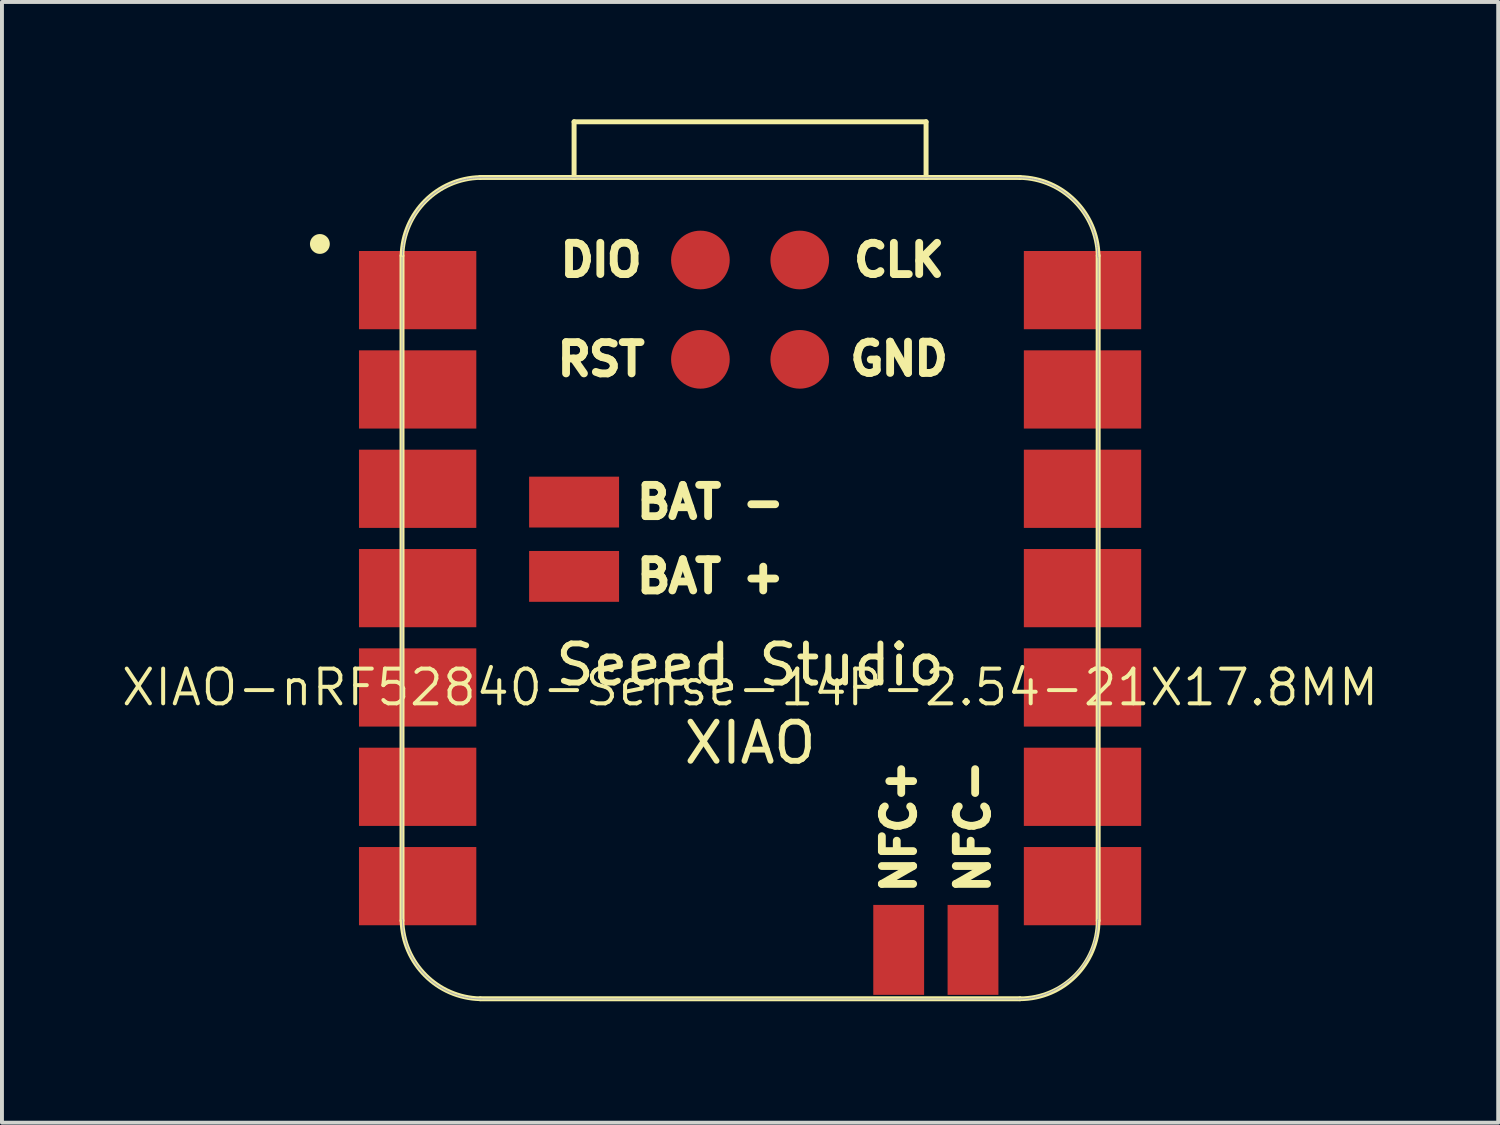
<source format=kicad_pcb>
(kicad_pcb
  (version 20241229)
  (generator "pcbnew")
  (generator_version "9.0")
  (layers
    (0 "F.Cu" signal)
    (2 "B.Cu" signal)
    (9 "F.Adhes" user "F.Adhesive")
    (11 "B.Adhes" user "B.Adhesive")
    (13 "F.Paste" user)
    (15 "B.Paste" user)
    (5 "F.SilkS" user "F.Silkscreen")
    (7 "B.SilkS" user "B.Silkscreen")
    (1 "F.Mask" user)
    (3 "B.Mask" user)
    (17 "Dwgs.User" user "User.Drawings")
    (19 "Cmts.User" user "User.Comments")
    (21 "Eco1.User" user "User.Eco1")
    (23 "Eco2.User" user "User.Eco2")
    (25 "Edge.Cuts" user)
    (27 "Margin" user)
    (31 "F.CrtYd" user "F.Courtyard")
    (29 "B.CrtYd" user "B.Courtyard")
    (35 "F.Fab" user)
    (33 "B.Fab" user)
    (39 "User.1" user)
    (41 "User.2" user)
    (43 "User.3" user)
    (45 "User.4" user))
  (footprint "XIAO-nRF52840-Sense-14P-2.54-21X17.8MM"
    (layer "F.Cu")
    (at 16.129 11.988)
    (property "Reference" "XIAO-nRF52840-Sense-14P-2.54-21X17.8MM" (at 0 2.54 0) (layer "F.SilkS") (effects (font (size 0.889 0.889) (thickness 0.102))))
    (attr smd)
    (fp_line (start -8.9 -8.5) (end -8.9 8.5) (stroke (width 0.127) (type solid)) (layer "F.SilkS"))
    (fp_line (start -6.9 10.5) (end 6.9 10.5) (stroke (width 0.127) (type solid)) (layer "F.SilkS"))
    (fp_line (start -4.5 -11.924) (end 4.5 -11.924) (stroke (width 0.127) (type solid)) (layer "F.SilkS"))
    (fp_line (start -4.5 -10.499) (end -4.5 -11.924) (stroke (width 0.127) (type default)) (layer "F.SilkS"))
    (fp_line (start 4.5 -10.499) (end 4.5 -11.924) (stroke (width 0.127) (type default)) (layer "F.SilkS"))
    (fp_line (start 6.9 -10.5) (end -6.9 -10.5) (stroke (width 0.127) (type solid)) (layer "F.SilkS"))
    (fp_line (start 8.9 8.5) (end 8.9 -8.5) (stroke (width 0.127) (type solid)) (layer "F.SilkS"))
    (fp_arc (start -8.9 -8.5) (mid -8.301491 -9.901491) (end -6.9 -10.5) (stroke (width 0.12) (type solid)) (layer "F.SilkS"))
    (fp_arc (start -6.9 10.5) (mid -8.301423 9.901423) (end -8.9 8.5) (stroke (width 0.12) (type solid)) (layer "F.SilkS"))
    (fp_arc (start 6.9 -10.5) (mid 8.301491 -9.901491) (end 8.9 -8.5) (stroke (width 0.12) (type solid)) (layer "F.SilkS"))
    (fp_arc (start 8.9 8.5) (mid 8.314214 9.914214) (end 6.9 10.5) (stroke (width 0.12) (type solid)) (layer "F.SilkS"))
    (fp_circle (center -11 -8.8) (end -11 -9.054) (stroke (width 0) (type solid)) (fill yes) (layer "F.SilkS"))
    (fp_poly (pts (xy -8.888 -8.562) (xy -8.885 -8.61) (xy -8.881 -8.659)) (stroke (width 0.025) (type solid)) (fill no) (layer "F.SilkS"))
    (fp_poly (pts (xy 8.889 8.522) (xy 8.888 8.571) (xy 8.885 8.62) (xy 8.881 8.669) (xy 8.875 8.717) (xy 8.869 8.766) (xy 8.861 8.815) (xy 8.852 8.863) (xy 8.842 8.911)) (stroke (width 0.025) (type solid)) (fill no) (layer "F.SilkS"))
    (fp_line (start -8.9 -8.463) (end -8.9 8.473) (stroke (width 0.025) (type solid)) (layer "F.Fab"))
    (fp_line (start -8.89 8.473) (end -8.889 8.522) (stroke (width 0.025) (type solid)) (layer "F.Fab"))
    (fp_line (start -8.889 8.522) (end -8.888 8.571) (stroke (width 0.025) (type solid)) (layer "F.Fab"))
    (fp_line (start -8.888 -8.562) (end -8.889 -8.512) (stroke (width 0.025) (type solid)) (layer "F.Fab"))
    (fp_line (start -8.888 8.571) (end -8.885 8.62) (stroke (width 0.025) (type solid)) (layer "F.Fab"))
    (fp_line (start -8.885 -8.61) (end -8.888 -8.562) (stroke (width 0.025) (type solid)) (layer "F.Fab"))
    (fp_line (start -8.885 8.62) (end -8.881 8.669) (stroke (width 0.025) (type solid)) (layer "F.Fab"))
    (fp_line (start -8.881 -8.659) (end -8.885 -8.61) (stroke (width 0.025) (type solid)) (layer "F.Fab"))
    (fp_line (start -8.881 8.669) (end -8.875 8.717) (stroke (width 0.025) (type solid)) (layer "F.Fab"))
    (fp_line (start -8.875 -8.708) (end -8.881 -8.659) (stroke (width 0.025) (type solid)) (layer "F.Fab"))
    (fp_line (start -8.875 8.717) (end -8.869 8.766) (stroke (width 0.025) (type solid)) (layer "F.Fab"))
    (fp_line (start -8.869 -8.757) (end -8.875 -8.708) (stroke (width 0.025) (type solid)) (layer "F.Fab"))
    (fp_line (start -8.869 8.766) (end -8.861 8.815) (stroke (width 0.025) (type solid)) (layer "F.Fab"))
    (fp_line (start -8.861 -8.806) (end -8.869 -8.757) (stroke (width 0.025) (type solid)) (layer "F.Fab"))
    (fp_line (start -8.861 8.815) (end -8.852 8.863) (stroke (width 0.025) (type solid)) (layer "F.Fab"))
    (fp_line (start -8.852 -8.854) (end -8.861 -8.806) (stroke (width 0.025) (type solid)) (layer "F.Fab"))
    (fp_line (start -8.852 8.863) (end -8.842 8.911) (stroke (width 0.025) (type solid)) (layer "F.Fab"))
    (fp_line (start -8.842 -8.902) (end -8.852 -8.854) (stroke (width 0.025) (type solid)) (layer "F.Fab"))
    (fp_line (start -8.842 8.911) (end -8.831 8.959) (stroke (width 0.025) (type solid)) (layer "F.Fab"))
    (fp_line (start -8.831 -8.95) (end -8.842 -8.902) (stroke (width 0.025) (type solid)) (layer "F.Fab"))
    (fp_line (start -8.831 8.959) (end -8.819 9.006) (stroke (width 0.025) (type solid)) (layer "F.Fab"))
    (fp_line (start -8.819 -8.997) (end -8.831 -8.95) (stroke (width 0.025) (type solid)) (layer "F.Fab"))
    (fp_line (start -8.819 9.006) (end -8.805 9.054) (stroke (width 0.025) (type solid)) (layer "F.Fab"))
    (fp_line (start -8.805 -9.045) (end -8.819 -8.997) (stroke (width 0.025) (type solid)) (layer "F.Fab"))
    (fp_line (start -8.805 9.054) (end -8.79 9.1) (stroke (width 0.025) (type solid)) (layer "F.Fab"))
    (fp_line (start -8.79 -9.091) (end -8.805 -9.045) (stroke (width 0.025) (type solid)) (layer "F.Fab"))
    (fp_line (start -8.79 9.1) (end -8.775 9.147) (stroke (width 0.025) (type solid)) (layer "F.Fab"))
    (fp_line (start -8.775 -9.138) (end -8.79 -9.091) (stroke (width 0.025) (type solid)) (layer "F.Fab"))
    (fp_line (start -8.775 9.147) (end -8.758 9.193) (stroke (width 0.025) (type solid)) (layer "F.Fab"))
    (fp_line (start -8.758 -9.184) (end -8.775 -9.138) (stroke (width 0.025) (type solid)) (layer "F.Fab"))
    (fp_line (start -8.758 9.193) (end -8.74 9.239) (stroke (width 0.025) (type solid)) (layer "F.Fab"))
    (fp_line (start -8.74 -9.23) (end -8.758 -9.184) (stroke (width 0.025) (type solid)) (layer "F.Fab"))
    (fp_line (start -8.74 9.239) (end -8.721 9.284) (stroke (width 0.025) (type solid)) (layer "F.Fab"))
    (fp_line (start -8.721 -9.275) (end -8.74 -9.23) (stroke (width 0.025) (type solid)) (layer "F.Fab"))
    (fp_line (start -8.721 9.284) (end -8.701 9.329) (stroke (width 0.025) (type solid)) (layer "F.Fab"))
    (fp_line (start -8.701 -9.32) (end -8.721 -9.275) (stroke (width 0.025) (type solid)) (layer "F.Fab"))
    (fp_line (start -8.701 9.329) (end -8.679 9.373) (stroke (width 0.025) (type solid)) (layer "F.Fab"))
    (fp_line (start -8.679 -9.364) (end -8.701 -9.32) (stroke (width 0.025) (type solid)) (layer "F.Fab"))
    (fp_line (start -8.679 9.373) (end -8.657 9.417) (stroke (width 0.025) (type solid)) (layer "F.Fab"))
    (fp_line (start -8.657 -9.408) (end -8.679 -9.364) (stroke (width 0.025) (type solid)) (layer "F.Fab"))
    (fp_line (start -8.657 9.417) (end -8.634 9.46) (stroke (width 0.025) (type solid)) (layer "F.Fab"))
    (fp_line (start -8.634 -9.451) (end -8.657 -9.408) (stroke (width 0.025) (type solid)) (layer "F.Fab"))
    (fp_line (start -8.634 9.46) (end -8.61 9.503) (stroke (width 0.025) (type solid)) (layer "F.Fab"))
    (fp_line (start -8.61 -9.494) (end -8.634 -9.451) (stroke (width 0.025) (type solid)) (layer "F.Fab"))
    (fp_line (start -8.61 9.503) (end -8.584 9.545) (stroke (width 0.025) (type solid)) (layer "F.Fab"))
    (fp_line (start -8.584 -9.536) (end -8.61 -9.494) (stroke (width 0.025) (type solid)) (layer "F.Fab"))
    (fp_line (start -8.584 9.545) (end -8.558 9.586) (stroke (width 0.025) (type solid)) (layer "F.Fab"))
    (fp_line (start -8.558 -9.577) (end -8.584 -9.536) (stroke (width 0.025) (type solid)) (layer "F.Fab"))
    (fp_line (start -8.558 9.586) (end -8.53 9.627) (stroke (width 0.025) (type solid)) (layer "F.Fab"))
    (fp_line (start -8.53 -9.618) (end -8.558 -9.577) (stroke (width 0.025) (type solid)) (layer "F.Fab"))
    (fp_line (start -8.53 9.627) (end -8.502 9.667) (stroke (width 0.025) (type solid)) (layer "F.Fab"))
    (fp_line (start -8.502 -9.658) (end -8.53 -9.618) (stroke (width 0.025) (type solid)) (layer "F.Fab"))
    (fp_line (start -8.502 9.667) (end -8.473 9.706) (stroke (width 0.025) (type solid)) (layer "F.Fab"))
    (fp_line (start -8.473 -9.697) (end -8.502 -9.658) (stroke (width 0.025) (type solid)) (layer "F.Fab"))
    (fp_line (start -8.473 9.706) (end -8.442 9.745) (stroke (width 0.025) (type solid)) (layer "F.Fab"))
    (fp_line (start -8.442 -9.736) (end -8.473 -9.697) (stroke (width 0.025) (type solid)) (layer "F.Fab"))
    (fp_line (start -8.442 9.745) (end -8.411 9.783) (stroke (width 0.025) (type solid)) (layer "F.Fab"))
    (fp_line (start -8.411 -9.774) (end -8.442 -9.736) (stroke (width 0.025) (type solid)) (layer "F.Fab"))
    (fp_line (start -8.411 9.783) (end -8.379 9.82) (stroke (width 0.025) (type solid)) (layer "F.Fab"))
    (fp_line (start -8.379 -9.811) (end -8.411 -9.774) (stroke (width 0.025) (type solid)) (layer "F.Fab"))
    (fp_line (start -8.379 9.82) (end -8.346 9.856) (stroke (width 0.025) (type solid)) (layer "F.Fab"))
    (fp_line (start -8.346 -9.847) (end -8.379 -9.811) (stroke (width 0.025) (type solid)) (layer "F.Fab"))
    (fp_line (start -8.346 9.856) (end -8.312 9.892) (stroke (width 0.025) (type solid)) (layer "F.Fab"))
    (fp_line (start -8.312 -9.883) (end -8.346 -9.847) (stroke (width 0.025) (type solid)) (layer "F.Fab"))
    (fp_line (start -8.312 9.892) (end -8.277 9.927) (stroke (width 0.025) (type solid)) (layer "F.Fab"))
    (fp_line (start -8.277 -9.918) (end -8.312 -9.883) (stroke (width 0.025) (type solid)) (layer "F.Fab"))
    (fp_line (start -8.277 9.927) (end -8.242 9.96) (stroke (width 0.025) (type solid)) (layer "F.Fab"))
    (fp_line (start -8.242 -9.951) (end -8.277 -9.918) (stroke (width 0.025) (type solid)) (layer "F.Fab"))
    (fp_line (start -8.242 9.96) (end -8.205 9.994) (stroke (width 0.025) (type solid)) (layer "F.Fab"))
    (fp_line (start -8.205 -9.984) (end -8.242 -9.951) (stroke (width 0.025) (type solid)) (layer "F.Fab"))
    (fp_line (start -8.205 9.994) (end -8.168 10.026) (stroke (width 0.025) (type solid)) (layer "F.Fab"))
    (fp_line (start -8.168 -10.017) (end -8.205 -9.984) (stroke (width 0.025) (type solid)) (layer "F.Fab"))
    (fp_line (start -8.168 10.026) (end -8.13 10.057) (stroke (width 0.025) (type solid)) (layer "F.Fab"))
    (fp_line (start -8.13 -10.048) (end -8.168 -10.017) (stroke (width 0.025) (type solid)) (layer "F.Fab"))
    (fp_line (start -8.13 10.057) (end -8.092 10.087) (stroke (width 0.025) (type solid)) (layer "F.Fab"))
    (fp_line (start -8.092 -10.078) (end -8.13 -10.048) (stroke (width 0.025) (type solid)) (layer "F.Fab"))
    (fp_line (start -8.092 10.087) (end -8.052 10.116) (stroke (width 0.025) (type solid)) (layer "F.Fab"))
    (fp_line (start -8.052 -10.107) (end -8.092 -10.078) (stroke (width 0.025) (type solid)) (layer "F.Fab"))
    (fp_line (start -8.052 10.116) (end -8.012 10.145) (stroke (width 0.025) (type solid)) (layer "F.Fab"))
    (fp_line (start -8.012 -10.136) (end -8.052 -10.107) (stroke (width 0.025) (type solid)) (layer "F.Fab"))
    (fp_line (start -8.012 10.145) (end -7.972 10.172) (stroke (width 0.025) (type solid)) (layer "F.Fab"))
    (fp_line (start -7.972 -10.163) (end -8.012 -10.136) (stroke (width 0.025) (type solid)) (layer "F.Fab"))
    (fp_line (start -7.972 10.172) (end -7.93 10.199) (stroke (width 0.025) (type solid)) (layer "F.Fab"))
    (fp_line (start -7.93 -10.19) (end -7.972 -10.163) (stroke (width 0.025) (type solid)) (layer "F.Fab"))
    (fp_line (start -7.93 10.199) (end -7.888 10.224) (stroke (width 0.025) (type solid)) (layer "F.Fab"))
    (fp_line (start -7.888 -10.215) (end -7.93 -10.19) (stroke (width 0.025) (type solid)) (layer "F.Fab"))
    (fp_line (start -7.888 10.224) (end -7.846 10.249) (stroke (width 0.025) (type solid)) (layer "F.Fab"))
    (fp_line (start -7.846 -10.239) (end -7.888 -10.215) (stroke (width 0.025) (type solid)) (layer "F.Fab"))
    (fp_line (start -7.846 10.249) (end -7.802 10.272) (stroke (width 0.025) (type solid)) (layer "F.Fab"))
    (fp_line (start -7.802 -10.263) (end -7.846 -10.239) (stroke (width 0.025) (type solid)) (layer "F.Fab"))
    (fp_line (start -7.802 10.272) (end -7.759 10.294) (stroke (width 0.025) (type solid)) (layer "F.Fab"))
    (fp_line (start -7.759 -10.285) (end -7.802 -10.263) (stroke (width 0.025) (type solid)) (layer "F.Fab"))
    (fp_line (start -7.759 10.294) (end -7.714 10.315) (stroke (width 0.025) (type solid)) (layer "F.Fab"))
    (fp_line (start -7.714 -10.306) (end -7.759 -10.285) (stroke (width 0.025) (type solid)) (layer "F.Fab"))
    (fp_line (start -7.714 10.315) (end -7.67 10.335) (stroke (width 0.025) (type solid)) (layer "F.Fab"))
    (fp_line (start -7.67 -10.326) (end -7.714 -10.306) (stroke (width 0.025) (type solid)) (layer "F.Fab"))
    (fp_line (start -7.67 10.335) (end -7.624 10.354) (stroke (width 0.025) (type solid)) (layer "F.Fab"))
    (fp_line (start -7.624 -10.345) (end -7.67 -10.326) (stroke (width 0.025) (type solid)) (layer "F.Fab"))
    (fp_line (start -7.624 10.354) (end -7.579 10.372) (stroke (width 0.025) (type solid)) (layer "F.Fab"))
    (fp_line (start -7.579 -10.363) (end -7.624 -10.345) (stroke (width 0.025) (type solid)) (layer "F.Fab"))
    (fp_line (start -7.579 10.372) (end -7.532 10.389) (stroke (width 0.025) (type solid)) (layer "F.Fab"))
    (fp_line (start -7.532 -10.38) (end -7.579 -10.363) (stroke (width 0.025) (type solid)) (layer "F.Fab"))
    (fp_line (start -7.532 10.389) (end -7.486 10.405) (stroke (width 0.025) (type solid)) (layer "F.Fab"))
    (fp_line (start -7.486 -10.396) (end -7.532 -10.38) (stroke (width 0.025) (type solid)) (layer "F.Fab"))
    (fp_line (start -7.486 10.405) (end -7.439 10.42) (stroke (width 0.025) (type solid)) (layer "F.Fab"))
    (fp_line (start -7.439 -10.411) (end -7.486 -10.396) (stroke (width 0.025) (type solid)) (layer "F.Fab"))
    (fp_line (start -7.439 10.42) (end -7.392 10.433) (stroke (width 0.025) (type solid)) (layer "F.Fab"))
    (fp_line (start -7.392 -10.424) (end -7.439 -10.411) (stroke (width 0.025) (type solid)) (layer "F.Fab"))
    (fp_line (start -7.392 10.433) (end -7.344 10.446) (stroke (width 0.025) (type solid)) (layer "F.Fab"))
    (fp_line (start -7.344 -10.436) (end -7.392 -10.424) (stroke (width 0.025) (type solid)) (layer "F.Fab"))
    (fp_line (start -7.344 10.446) (end -7.296 10.457) (stroke (width 0.025) (type solid)) (layer "F.Fab"))
    (fp_line (start -7.296 -10.448) (end -7.344 -10.436) (stroke (width 0.025) (type solid)) (layer "F.Fab"))
    (fp_line (start -7.296 10.457) (end -7.248 10.467) (stroke (width 0.025) (type solid)) (layer "F.Fab"))
    (fp_line (start -7.248 -10.458) (end -7.296 -10.448) (stroke (width 0.025) (type solid)) (layer "F.Fab"))
    (fp_line (start -7.248 10.467) (end -7.2 10.476) (stroke (width 0.025) (type solid)) (layer "F.Fab"))
    (fp_line (start -7.2 -10.466) (end -7.248 -10.458) (stroke (width 0.025) (type solid)) (layer "F.Fab"))
    (fp_line (start -7.2 10.476) (end -7.152 10.483) (stroke (width 0.025) (type solid)) (layer "F.Fab"))
    (fp_line (start -7.152 -10.474) (end -7.2 -10.466) (stroke (width 0.025) (type solid)) (layer "F.Fab"))
    (fp_line (start -7.152 10.483) (end -7.103 10.49) (stroke (width 0.025) (type solid)) (layer "F.Fab"))
    (fp_line (start -7.103 -10.481) (end -7.152 -10.474) (stroke (width 0.025) (type solid)) (layer "F.Fab"))
    (fp_line (start -7.103 10.49) (end -7.054 10.495) (stroke (width 0.025) (type solid)) (layer "F.Fab"))
    (fp_line (start -7.054 -10.486) (end -7.103 -10.481) (stroke (width 0.025) (type solid)) (layer "F.Fab"))
    (fp_line (start -7.054 10.495) (end -7.005 10.499) (stroke (width 0.025) (type solid)) (layer "F.Fab"))
    (fp_line (start -7.005 -10.49) (end -7.054 -10.486) (stroke (width 0.025) (type solid)) (layer "F.Fab"))
    (fp_line (start -7.005 10.499) (end -6.956 10.502) (stroke (width 0.025) (type solid)) (layer "F.Fab"))
    (fp_line (start -6.956 -10.493) (end -7.005 -10.49) (stroke (width 0.025) (type solid)) (layer "F.Fab"))
    (fp_line (start -6.956 10.502) (end -6.907 10.504) (stroke (width 0.025) (type solid)) (layer "F.Fab"))
    (fp_line (start -6.907 -10.495) (end -6.956 -10.493) (stroke (width 0.025) (type solid)) (layer "F.Fab"))
    (fp_line (start -6.907 10.504) (end -6.858 10.505) (stroke (width 0.025) (type solid)) (layer "F.Fab"))
    (fp_line (start -6.858 -10.495) (end -6.907 -10.495) (stroke (width 0.025) (type solid)) (layer "F.Fab"))
    (fp_line (start -6.858 10.505) (end 6.858 10.505) (stroke (width 0.025) (type solid)) (layer "F.Fab"))
    (fp_line (start 6.858 -10.495) (end -6.858 -10.495) (stroke (width 0.025) (type solid)) (layer "F.Fab"))
    (fp_line (start 6.858 10.505) (end 6.907 10.504) (stroke (width 0.025) (type solid)) (layer "F.Fab"))
    (fp_line (start 6.907 -10.495) (end 6.858 -10.495) (stroke (width 0.025) (type solid)) (layer "F.Fab"))
    (fp_line (start 6.907 10.504) (end 6.956 10.502) (stroke (width 0.025) (type solid)) (layer "F.Fab"))
    (fp_line (start 6.956 -10.493) (end 6.907 -10.495) (stroke (width 0.025) (type solid)) (layer "F.Fab"))
    (fp_line (start 6.956 10.502) (end 7.005 10.499) (stroke (width 0.025) (type solid)) (layer "F.Fab"))
    (fp_line (start 7.005 -10.49) (end 6.956 -10.493) (stroke (width 0.025) (type solid)) (layer "F.Fab"))
    (fp_line (start 7.005 10.499) (end 7.054 10.495) (stroke (width 0.025) (type solid)) (layer "F.Fab"))
    (fp_line (start 7.054 -10.486) (end 7.005 -10.49) (stroke (width 0.025) (type solid)) (layer "F.Fab"))
    (fp_line (start 7.054 10.495) (end 7.103 10.49) (stroke (width 0.025) (type solid)) (layer "F.Fab"))
    (fp_line (start 7.103 -10.481) (end 7.054 -10.486) (stroke (width 0.025) (type solid)) (layer "F.Fab"))
    (fp_line (start 7.103 10.49) (end 7.152 10.483) (stroke (width 0.025) (type solid)) (layer "F.Fab"))
    (fp_line (start 7.152 -10.474) (end 7.103 -10.481) (stroke (width 0.025) (type solid)) (layer "F.Fab"))
    (fp_line (start 7.152 10.483) (end 7.2 10.476) (stroke (width 0.025) (type solid)) (layer "F.Fab"))
    (fp_line (start 7.2 -10.466) (end 7.152 -10.474) (stroke (width 0.025) (type solid)) (layer "F.Fab"))
    (fp_line (start 7.2 10.476) (end 7.248 10.467) (stroke (width 0.025) (type solid)) (layer "F.Fab"))
    (fp_line (start 7.248 -10.458) (end 7.2 -10.466) (stroke (width 0.025) (type solid)) (layer "F.Fab"))
    (fp_line (start 7.248 10.467) (end 7.296 10.457) (stroke (width 0.025) (type solid)) (layer "F.Fab"))
    (fp_line (start 7.296 -10.448) (end 7.248 -10.458) (stroke (width 0.025) (type solid)) (layer "F.Fab"))
    (fp_line (start 7.296 10.457) (end 7.344 10.446) (stroke (width 0.025) (type solid)) (layer "F.Fab"))
    (fp_line (start 7.344 -10.436) (end 7.296 -10.448) (stroke (width 0.025) (type solid)) (layer "F.Fab"))
    (fp_line (start 7.344 10.446) (end 7.392 10.433) (stroke (width 0.025) (type solid)) (layer "F.Fab"))
    (fp_line (start 7.392 -10.424) (end 7.344 -10.436) (stroke (width 0.025) (type solid)) (layer "F.Fab"))
    (fp_line (start 7.392 10.433) (end 7.439 10.42) (stroke (width 0.025) (type solid)) (layer "F.Fab"))
    (fp_line (start 7.439 -10.411) (end 7.392 -10.424) (stroke (width 0.025) (type solid)) (layer "F.Fab"))
    (fp_line (start 7.439 10.42) (end 7.486 10.405) (stroke (width 0.025) (type solid)) (layer "F.Fab"))
    (fp_line (start 7.486 -10.396) (end 7.439 -10.411) (stroke (width 0.025) (type solid)) (layer "F.Fab"))
    (fp_line (start 7.486 10.405) (end 7.532 10.389) (stroke (width 0.025) (type solid)) (layer "F.Fab"))
    (fp_line (start 7.532 -10.38) (end 7.486 -10.396) (stroke (width 0.025) (type solid)) (layer "F.Fab"))
    (fp_line (start 7.532 10.389) (end 7.579 10.372) (stroke (width 0.025) (type solid)) (layer "F.Fab"))
    (fp_line (start 7.579 -10.363) (end 7.532 -10.38) (stroke (width 0.025) (type solid)) (layer "F.Fab"))
    (fp_line (start 7.579 10.372) (end 7.624 10.354) (stroke (width 0.025) (type solid)) (layer "F.Fab"))
    (fp_line (start 7.624 -10.345) (end 7.579 -10.363) (stroke (width 0.025) (type solid)) (layer "F.Fab"))
    (fp_line (start 7.624 10.354) (end 7.67 10.335) (stroke (width 0.025) (type solid)) (layer "F.Fab"))
    (fp_line (start 7.67 -10.326) (end 7.624 -10.345) (stroke (width 0.025) (type solid)) (layer "F.Fab"))
    (fp_line (start 7.67 10.335) (end 7.714 10.315) (stroke (width 0.025) (type solid)) (layer "F.Fab"))
    (fp_line (start 7.714 -10.306) (end 7.67 -10.326) (stroke (width 0.025) (type solid)) (layer "F.Fab"))
    (fp_line (start 7.714 10.315) (end 7.759 10.294) (stroke (width 0.025) (type solid)) (layer "F.Fab"))
    (fp_line (start 7.759 -10.285) (end 7.714 -10.306) (stroke (width 0.025) (type solid)) (layer "F.Fab"))
    (fp_line (start 7.759 10.294) (end 7.802 10.272) (stroke (width 0.025) (type solid)) (layer "F.Fab"))
    (fp_line (start 7.802 -10.263) (end 7.759 -10.285) (stroke (width 0.025) (type solid)) (layer "F.Fab"))
    (fp_line (start 7.802 10.272) (end 7.846 10.249) (stroke (width 0.025) (type solid)) (layer "F.Fab"))
    (fp_line (start 7.846 -10.239) (end 7.802 -10.263) (stroke (width 0.025) (type solid)) (layer "F.Fab"))
    (fp_line (start 7.846 10.249) (end 7.888 10.224) (stroke (width 0.025) (type solid)) (layer "F.Fab"))
    (fp_line (start 7.888 -10.215) (end 7.846 -10.239) (stroke (width 0.025) (type solid)) (layer "F.Fab"))
    (fp_line (start 7.888 10.224) (end 7.93 10.199) (stroke (width 0.025) (type solid)) (layer "F.Fab"))
    (fp_line (start 7.93 -10.19) (end 7.888 -10.215) (stroke (width 0.025) (type solid)) (layer "F.Fab"))
    (fp_line (start 7.93 10.199) (end 7.972 10.172) (stroke (width 0.025) (type solid)) (layer "F.Fab"))
    (fp_line (start 7.972 -10.163) (end 7.93 -10.19) (stroke (width 0.025) (type solid)) (layer "F.Fab"))
    (fp_line (start 7.972 10.172) (end 8.012 10.145) (stroke (width 0.025) (type solid)) (layer "F.Fab"))
    (fp_line (start 8.012 -10.136) (end 7.972 -10.163) (stroke (width 0.025) (type solid)) (layer "F.Fab"))
    (fp_line (start 8.012 10.145) (end 8.052 10.116) (stroke (width 0.025) (type solid)) (layer "F.Fab"))
    (fp_line (start 8.052 -10.107) (end 8.012 -10.136) (stroke (width 0.025) (type solid)) (layer "F.Fab"))
    (fp_line (start 8.052 10.116) (end 8.092 10.087) (stroke (width 0.025) (type solid)) (layer "F.Fab"))
    (fp_line (start 8.092 -10.078) (end 8.052 -10.107) (stroke (width 0.025) (type solid)) (layer "F.Fab"))
    (fp_line (start 8.092 10.087) (end 8.13 10.057) (stroke (width 0.025) (type solid)) (layer "F.Fab"))
    (fp_line (start 8.13 -10.048) (end 8.092 -10.078) (stroke (width 0.025) (type solid)) (layer "F.Fab"))
    (fp_line (start 8.13 10.057) (end 8.168 10.026) (stroke (width 0.025) (type solid)) (layer "F.Fab"))
    (fp_line (start 8.168 -10.017) (end 8.13 -10.048) (stroke (width 0.025) (type solid)) (layer "F.Fab"))
    (fp_line (start 8.168 10.026) (end 8.205 9.994) (stroke (width 0.025) (type solid)) (layer "F.Fab"))
    (fp_line (start 8.205 -9.984) (end 8.168 -10.017) (stroke (width 0.025) (type solid)) (layer "F.Fab"))
    (fp_line (start 8.205 9.994) (end 8.242 9.96) (stroke (width 0.025) (type solid)) (layer "F.Fab"))
    (fp_line (start 8.242 -9.951) (end 8.205 -9.984) (stroke (width 0.025) (type solid)) (layer "F.Fab"))
    (fp_line (start 8.242 9.96) (end 8.277 9.927) (stroke (width 0.025) (type solid)) (layer "F.Fab"))
    (fp_line (start 8.277 -9.918) (end 8.242 -9.951) (stroke (width 0.025) (type solid)) (layer "F.Fab"))
    (fp_line (start 8.277 9.927) (end 8.312 9.892) (stroke (width 0.025) (type solid)) (layer "F.Fab"))
    (fp_line (start 8.312 -9.883) (end 8.277 -9.918) (stroke (width 0.025) (type solid)) (layer "F.Fab"))
    (fp_line (start 8.312 9.892) (end 8.346 9.856) (stroke (width 0.025) (type solid)) (layer "F.Fab"))
    (fp_line (start 8.346 -9.847) (end 8.312 -9.883) (stroke (width 0.025) (type solid)) (layer "F.Fab"))
    (fp_line (start 8.346 9.856) (end 8.379 9.82) (stroke (width 0.025) (type solid)) (layer "F.Fab"))
    (fp_line (start 8.379 -9.811) (end 8.346 -9.847) (stroke (width 0.025) (type solid)) (layer "F.Fab"))
    (fp_line (start 8.379 9.82) (end 8.411 9.783) (stroke (width 0.025) (type solid)) (layer "F.Fab"))
    (fp_line (start 8.411 -9.774) (end 8.379 -9.811) (stroke (width 0.025) (type solid)) (layer "F.Fab"))
    (fp_line (start 8.411 9.783) (end 8.442 9.745) (stroke (width 0.025) (type solid)) (layer "F.Fab"))
    (fp_line (start 8.442 -9.736) (end 8.411 -9.774) (stroke (width 0.025) (type solid)) (layer "F.Fab"))
    (fp_line (start 8.442 9.745) (end 8.473 9.706) (stroke (width 0.025) (type solid)) (layer "F.Fab"))
    (fp_line (start 8.473 -9.697) (end 8.442 -9.736) (stroke (width 0.025) (type solid)) (layer "F.Fab"))
    (fp_line (start 8.473 9.706) (end 8.502 9.667) (stroke (width 0.025) (type solid)) (layer "F.Fab"))
    (fp_line (start 8.502 -9.658) (end 8.473 -9.697) (stroke (width 0.025) (type solid)) (layer "F.Fab"))
    (fp_line (start 8.502 9.667) (end 8.53 9.627) (stroke (width 0.025) (type solid)) (layer "F.Fab"))
    (fp_line (start 8.53 -9.618) (end 8.502 -9.658) (stroke (width 0.025) (type solid)) (layer "F.Fab"))
    (fp_line (start 8.53 9.627) (end 8.558 9.586) (stroke (width 0.025) (type solid)) (layer "F.Fab"))
    (fp_line (start 8.558 -9.577) (end 8.53 -9.618) (stroke (width 0.025) (type solid)) (layer "F.Fab"))
    (fp_line (start 8.558 9.586) (end 8.584 9.545) (stroke (width 0.025) (type solid)) (layer "F.Fab"))
    (fp_line (start 8.584 -9.536) (end 8.558 -9.577) (stroke (width 0.025) (type solid)) (layer "F.Fab"))
    (fp_line (start 8.584 9.545) (end 8.61 9.503) (stroke (width 0.025) (type solid)) (layer "F.Fab"))
    (fp_line (start 8.61 -9.494) (end 8.584 -9.536) (stroke (width 0.025) (type solid)) (layer "F.Fab"))
    (fp_line (start 8.61 9.503) (end 8.634 9.46) (stroke (width 0.025) (type solid)) (layer "F.Fab"))
    (fp_line (start 8.634 -9.451) (end 8.61 -9.494) (stroke (width 0.025) (type solid)) (layer "F.Fab"))
    (fp_line (start 8.634 9.46) (end 8.657 9.417) (stroke (width 0.025) (type solid)) (layer "F.Fab"))
    (fp_line (start 8.657 -9.408) (end 8.634 -9.451) (stroke (width 0.025) (type solid)) (layer "F.Fab"))
    (fp_line (start 8.657 9.417) (end 8.679 9.373) (stroke (width 0.025) (type solid)) (layer "F.Fab"))
    (fp_line (start 8.679 -9.364) (end 8.657 -9.408) (stroke (width 0.025) (type solid)) (layer "F.Fab"))
    (fp_line (start 8.679 9.373) (end 8.701 9.329) (stroke (width 0.025) (type solid)) (layer "F.Fab"))
    (fp_line (start 8.701 -9.32) (end 8.679 -9.364) (stroke (width 0.025) (type solid)) (layer "F.Fab"))
    (fp_line (start 8.701 9.329) (end 8.721 9.284) (stroke (width 0.025) (type solid)) (layer "F.Fab"))
    (fp_line (start 8.721 -9.275) (end 8.701 -9.32) (stroke (width 0.025) (type solid)) (layer "F.Fab"))
    (fp_line (start 8.721 9.284) (end 8.74 9.239) (stroke (width 0.025) (type solid)) (layer "F.Fab"))
    (fp_line (start 8.74 -9.23) (end 8.721 -9.275) (stroke (width 0.025) (type solid)) (layer "F.Fab"))
    (fp_line (start 8.74 9.239) (end 8.758 9.193) (stroke (width 0.025) (type solid)) (layer "F.Fab"))
    (fp_line (start 8.758 -9.184) (end 8.74 -9.23) (stroke (width 0.025) (type solid)) (layer "F.Fab"))
    (fp_line (start 8.758 9.193) (end 8.775 9.147) (stroke (width 0.025) (type solid)) (layer "F.Fab"))
    (fp_line (start 8.775 -9.138) (end 8.758 -9.184) (stroke (width 0.025) (type solid)) (layer "F.Fab"))
    (fp_line (start 8.775 9.147) (end 8.79 9.1) (stroke (width 0.025) (type solid)) (layer "F.Fab"))
    (fp_line (start 8.79 -9.091) (end 8.775 -9.138) (stroke (width 0.025) (type solid)) (layer "F.Fab"))
    (fp_line (start 8.79 9.1) (end 8.805 9.054) (stroke (width 0.025) (type solid)) (layer "F.Fab"))
    (fp_line (start 8.805 -9.045) (end 8.79 -9.091) (stroke (width 0.025) (type solid)) (layer "F.Fab"))
    (fp_line (start 8.805 9.054) (end 8.819 9.006) (stroke (width 0.025) (type solid)) (layer "F.Fab"))
    (fp_line (start 8.819 -8.997) (end 8.805 -9.045) (stroke (width 0.025) (type solid)) (layer "F.Fab"))
    (fp_line (start 8.819 9.006) (end 8.831 8.959) (stroke (width 0.025) (type solid)) (layer "F.Fab"))
    (fp_line (start 8.831 -8.95) (end 8.819 -8.997) (stroke (width 0.025) (type solid)) (layer "F.Fab"))
    (fp_line (start 8.831 8.959) (end 8.842 8.911) (stroke (width 0.025) (type solid)) (layer "F.Fab"))
    (fp_line (start 8.842 -8.902) (end 8.831 -8.95) (stroke (width 0.025) (type solid)) (layer "F.Fab"))
    (fp_line (start 8.842 8.911) (end 8.852 8.863) (stroke (width 0.025) (type solid)) (layer "F.Fab"))
    (fp_line (start 8.852 -8.854) (end 8.842 -8.902) (stroke (width 0.025) (type solid)) (layer "F.Fab"))
    (fp_line (start 8.852 8.863) (end 8.861 8.815) (stroke (width 0.025) (type solid)) (layer "F.Fab"))
    (fp_line (start 8.861 -8.806) (end 8.852 -8.854) (stroke (width 0.025) (type solid)) (layer "F.Fab"))
    (fp_line (start 8.861 8.815) (end 8.869 8.766) (stroke (width 0.025) (type solid)) (layer "F.Fab"))
    (fp_line (start 8.869 -8.757) (end 8.861 -8.806) (stroke (width 0.025) (type solid)) (layer "F.Fab"))
    (fp_line (start 8.869 8.766) (end 8.875 8.717) (stroke (width 0.025) (type solid)) (layer "F.Fab"))
    (fp_line (start 8.875 -8.708) (end 8.869 -8.757) (stroke (width 0.025) (type solid)) (layer "F.Fab"))
    (fp_line (start 8.875 8.717) (end 8.881 8.669) (stroke (width 0.025) (type solid)) (layer "F.Fab"))
    (fp_line (start 8.881 -8.659) (end 8.875 -8.708) (stroke (width 0.025) (type solid)) (layer "F.Fab"))
    (fp_line (start 8.881 8.669) (end 8.885 8.62) (stroke (width 0.025) (type solid)) (layer "F.Fab"))
    (fp_line (start 8.885 -8.61) (end 8.881 -8.659) (stroke (width 0.025) (type solid)) (layer "F.Fab"))
    (fp_line (start 8.885 8.62) (end 8.888 8.571) (stroke (width 0.025) (type solid)) (layer "F.Fab"))
    (fp_line (start 8.888 -8.562) (end 8.885 -8.61) (stroke (width 0.025) (type solid)) (layer "F.Fab"))
    (fp_line (start 8.888 8.571) (end 8.889 8.522) (stroke (width 0.025) (type solid)) (layer "F.Fab"))
    (fp_line (start 8.889 -8.512) (end 8.888 -8.562) (stroke (width 0.025) (type solid)) (layer "F.Fab"))
    (fp_line (start 8.889 8.522) (end 8.89 8.473) (stroke (width 0.025) (type solid)) (layer "F.Fab"))
    (fp_line (start 8.89 -8.463) (end 8.889 -8.512) (stroke (width 0.025) (type solid)) (layer "F.Fab"))
    (fp_line (start 8.9 8.473) (end 8.9 -8.463) (stroke (width 0.025) (type solid)) (layer "F.Fab"))
    (fp_text user "NFC-" (at 5.7 6.096 90) (unlocked yes) (layer "F.SilkS") (effects (font (size 0.8 0.8) (thickness 0.2) (bold yes))))
    (fp_text user "RST" (at -3.81 -5.85 0) (unlocked yes) (layer "F.SilkS") (effects (font (size 0.8 0.8) (thickness 0.2) (bold yes))))
    (fp_text user "Seeed Studio" (at 0 1.96 0) (unlocked yes) (layer "F.SilkS") (effects (font (size 1 1) (thickness 0.15))))
    (fp_text user "DIO" (at -3.81 -8.39 0) (unlocked yes) (layer "F.SilkS") (effects (font (size 0.8 0.8) (thickness 0.2) (bold yes))))
    (fp_text user "BAT +" (at -1.016 -0.3 0) (unlocked yes) (layer "F.SilkS") (effects (font (size 0.8 0.8) (thickness 0.2) (bold yes))))
    (fp_text user "XIAO" (at 0 3.96 0) (unlocked yes) (layer "F.SilkS") (effects (font (size 1 1) (thickness 0.15))))
    (fp_text user "GND" (at 3.81 -5.862 0) (unlocked yes) (layer "F.SilkS") (effects (font (size 0.8 0.8) (thickness 0.2) (bold yes))))
    (fp_text user "NFC+" (at 3.81 6.096 90) (unlocked yes) (layer "F.SilkS") (effects (font (size 0.8 0.8) (thickness 0.2) (bold yes))))
    (fp_text user "CLK" (at 3.81 -8.39 0) (unlocked yes) (layer "F.SilkS") (effects (font (size 0.8 0.8) (thickness 0.2) (bold yes))))
    (fp_text user "BAT -" (at -1.016 -2.2 0) (unlocked yes) (layer "F.SilkS") (effects (font (size 0.8 0.8) (thickness 0.2) (bold yes))))
    (pad "1" smd rect (at -8.5 -7.62) (size 3 2) (layers "F.Cu" "F.Mask" "F.Paste"))
    (pad "2" smd rect (at -8.5 -5.08) (size 3 2) (layers "F.Cu" "F.Mask" "F.Paste"))
    (pad "3" smd rect (at -8.5 -2.54) (size 3 2) (layers "F.Cu" "F.Mask" "F.Paste"))
    (pad "4" smd rect (at -8.5 0) (size 3 2) (layers "F.Cu" "F.Mask" "F.Paste"))
    (pad "5" smd rect (at -8.5 2.54) (size 3 2) (layers "F.Cu" "F.Mask" "F.Paste"))
    (pad "6" smd rect (at -8.5 5.08 180) (size 3 2) (layers "F.Cu" "F.Mask" "F.Paste"))
    (pad "7" smd rect (at -8.5 7.62) (size 3 2) (layers "F.Cu" "F.Mask" "F.Paste"))
    (pad "8" smd rect (at 8.5 7.62) (size 3 2) (layers "F.Cu" "F.Mask" "F.Paste"))
    (pad "9" smd rect (at 8.5 5.08) (size 3 2) (layers "F.Cu" "F.Mask" "F.Paste"))
    (pad "10" smd rect (at 8.5 2.54) (size 3 2) (layers "F.Cu" "F.Mask" "F.Paste"))
    (pad "11" smd rect (at 8.5 0) (size 3 2) (layers "F.Cu" "F.Mask" "F.Paste"))
    (pad "12" smd rect (at 8.5 -2.54) (size 3 2) (layers "F.Cu" "F.Mask" "F.Paste"))
    (pad "13" smd rect (at 8.5 -5.08) (size 3 2) (layers "F.Cu" "F.Mask" "F.Paste"))
    (pad "14" smd rect (at 8.5 -7.62) (size 3 2) (layers "F.Cu" "F.Mask" "F.Paste"))
    (pad "15" smd rect (at -4.5 -0.3 180) (size 2.3 1.3) (layers "F.Cu" "F.Mask" "F.Paste"))
    (pad "16" smd rect (at -4.5 -2.2 180) (size 2.3 1.3) (layers "F.Cu" "F.Mask" "F.Paste"))
    (pad "17" smd circle (at -1.27 -8.39 90) (size 1.5 1.5) (layers "F.Cu" "F.Mask" "F.Paste"))
    (pad "18" smd circle (at 1.27 -8.39 90) (size 1.5 1.5) (layers "F.Cu" "F.Mask" "F.Paste"))
    (pad "19" smd circle (at -1.27 -5.85 90) (size 1.5 1.5) (layers "F.Cu" "F.Mask" "F.Paste"))
    (pad "20" smd circle (at 1.27 -5.85 90) (size 1.5 1.5) (layers "F.Cu" "F.Mask" "F.Paste"))
    (pad "21" smd rect (at 3.8 9.25 90) (size 2.3 1.3) (layers "F.Cu" "F.Mask" "F.Paste"))
    (pad "22" smd rect (at 5.7 9.25 90) (size 2.3 1.3) (layers "F.Cu" "F.Mask" "F.Paste"))
    (zone (net_name "") (layers "F.Cu" "B.Cu") (hatch edge 0.5) (connect_pads) (min_thickness 0.25) (filled_areas_thickness no) (keepout (tracks not_allowed) (vias not_allowed) (pads not_allowed) (copperpour not_allowed) (footprints not_allowed)) (placement (enabled no)) (fill) (polygon (pts (xy 10.033 18.592) (xy 18.161 18.592) (xy 18.161 22.656) (xy 10.033 22.656)))))
  (gr_rect
    (start -3 -3)
    (end 35.258 25.656)
    (stroke (width 0.1) (type default))
    (fill no)
    (layer "Edge.Cuts")))
</source>
